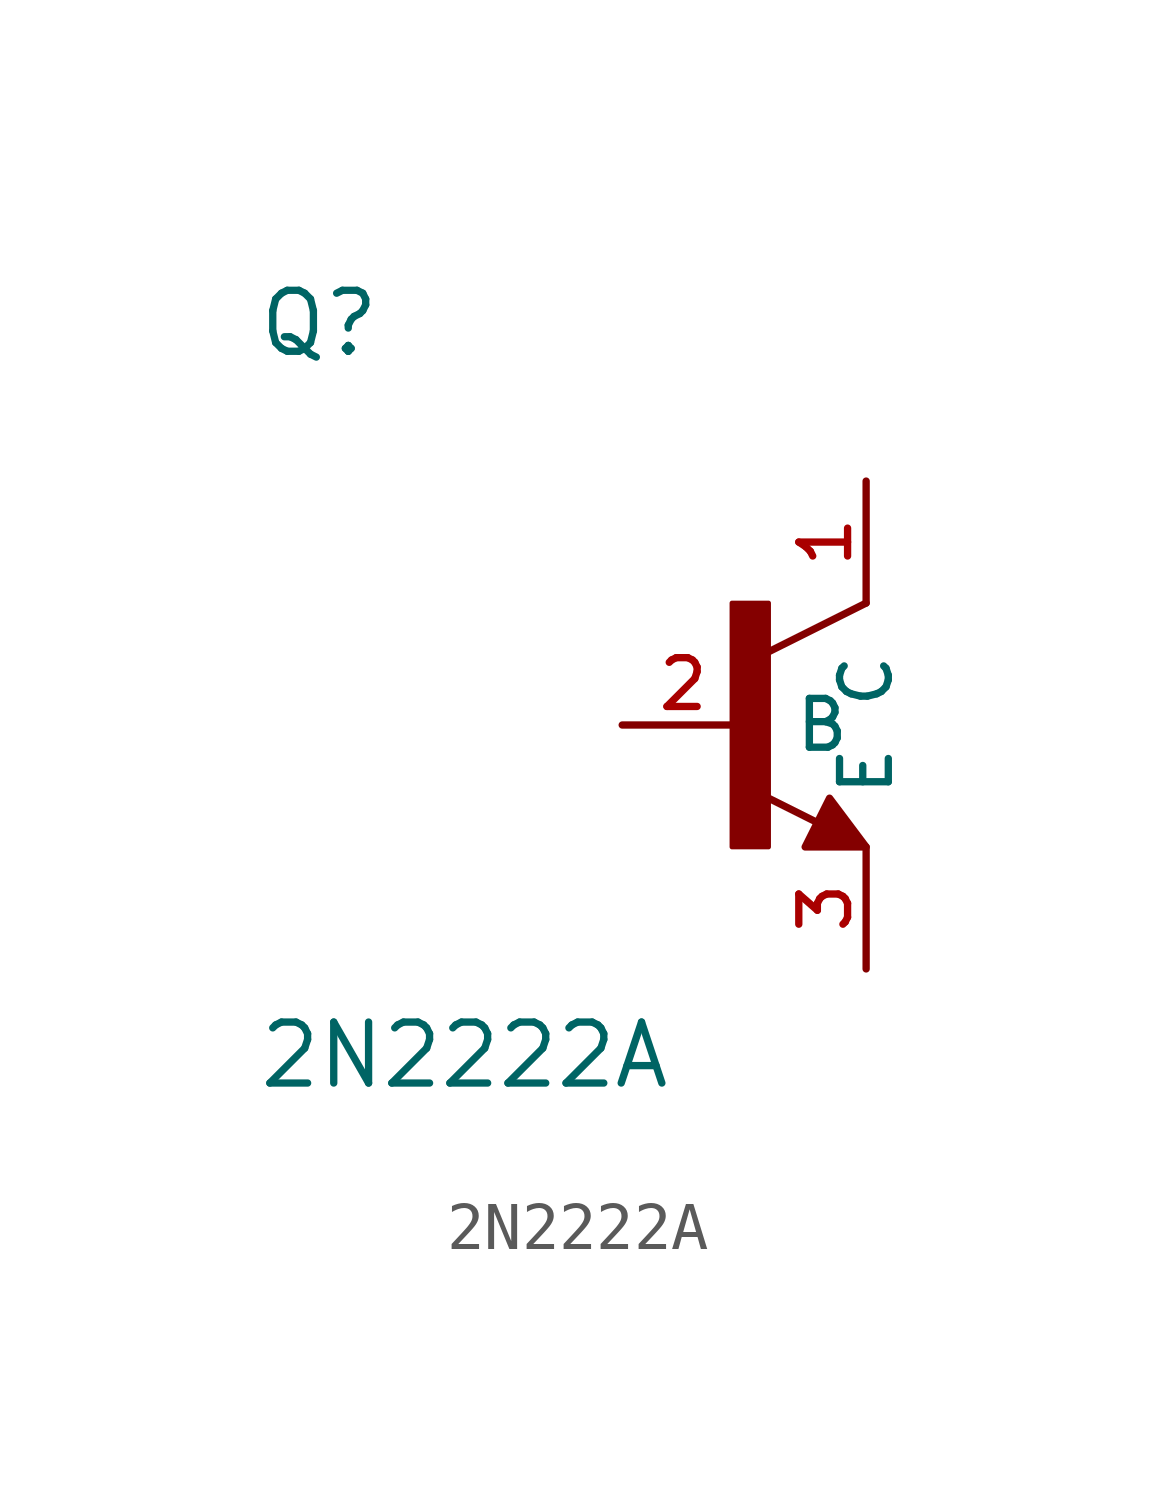
<source format=kicad_sym>
(kicad_symbol_lib
  (version 20211014)
  (generator kicad_symbol_editor)
  (symbol "2N2222A"
    (pin_names
      (offset 1.016))
    (property "Reference" "Q"
      (at -10.16 7.62 0)
      (effects (font (size 1.27 1.27)) (justify bottom left)))
    (property "Value" "2N2222A"
      (at -10.16 -7.62 0)
      (effects (font (size 1.27 1.27)) (justify bottom left)))
    (symbol "2N2222A_0_0"
      (polyline (pts (xy 2.54 2.54) (xy 0.508 1.524)) (stroke (width 0.152)))
      (polyline (pts (xy 1.54 -2.04) (xy 0.308 -1.424)) (stroke (width 0.152)))
      (rectangle (start -0.254 -2.54) (end 0.508 2.54) (stroke (width 0.1)) (fill (type outline)))
      (polyline (pts (xy 1.27 -2.54) (xy 1.778 -1.524) (xy 2.54 -2.54) (xy 1.27 -2.54)) (stroke (width 0.152)) (fill (type outline)))
      (pin passive line (at -2.54 0.0 0) (length 2.54) (name "B" (effects (font (size 1.016 1.016)))) (number "2" (effects (font (size 1.016 1.016)))))
      (pin passive line (at 2.54 5.08 270.0) (length 2.54) (name "C" (effects (font (size 1.016 1.016)))) (number "1" (effects (font (size 1.016 1.016)))))
      (pin passive line (at 2.54 -5.08 90.0) (length 2.54) (name "E" (effects (font (size 1.016 1.016)))) (number "3" (effects (font (size 1.016 1.016))))))))
</source>
